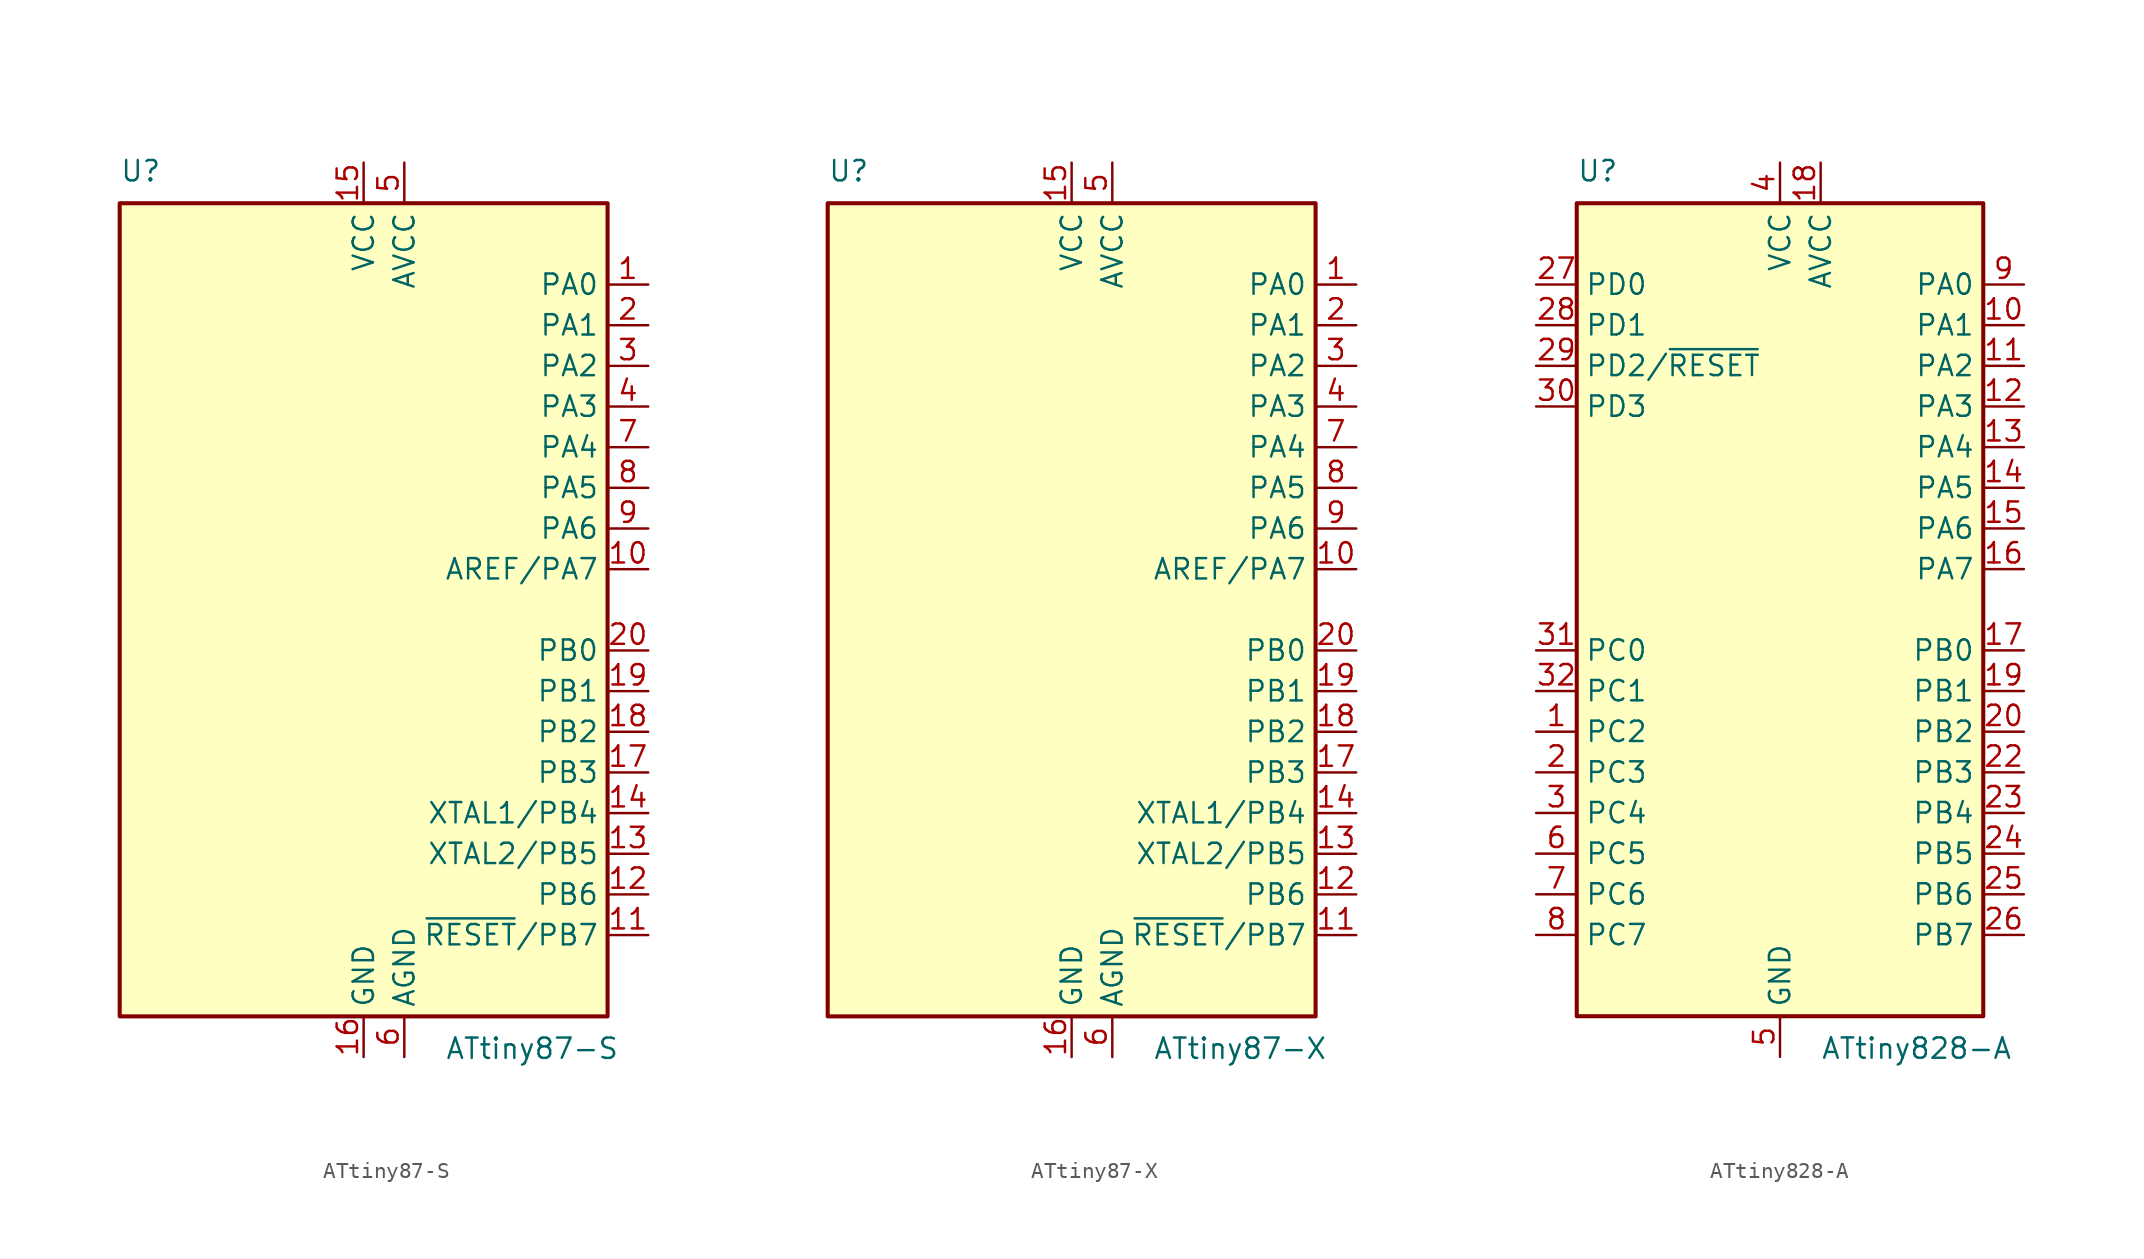
<source format=kicad_sym>
(kicad_symbol_lib
  (version 20201005)
  (generator kicad_symbol_editor)
  (symbol "ATtiny87-S"
    (property "Reference" "U"
      (at -15.24 26.67 0)
      (effects (font (size 1.27 1.27)) (justify left bottom)))
    (property "Value" "ATtiny87-S"
      (at 5.08 -26.67 0)
      (effects (font (size 1.27 1.27)) (justify left top)))
    (symbol "ATtiny87-S_0_1"
      (rectangle (start -15.24 -25.4) (end 15.24 25.4) (stroke (width 0.254)) (fill (type background))))
    (symbol "ATtiny87-S_1_1"
      (pin bidirectional line (at 17.78 20.32 180) (length 2.54) (name "PA0" (effects (font (size 1.27 1.27)))) (number "1" (effects (font (size 1.27 1.27)))))
      (pin bidirectional line (at 17.78 2.54 180) (length 2.54) (name "AREF/PA7" (effects (font (size 1.27 1.27)))) (number "10" (effects (font (size 1.27 1.27)))))
      (pin bidirectional line (at 17.78 -20.32 180) (length 2.54) (name "~RESET~/PB7" (effects (font (size 1.27 1.27)))) (number "11" (effects (font (size 1.27 1.27)))))
      (pin bidirectional line (at 17.78 -17.78 180) (length 2.54) (name "PB6" (effects (font (size 1.27 1.27)))) (number "12" (effects (font (size 1.27 1.27)))))
      (pin bidirectional line (at 17.78 -15.24 180) (length 2.54) (name "XTAL2/PB5" (effects (font (size 1.27 1.27)))) (number "13" (effects (font (size 1.27 1.27)))))
      (pin bidirectional line (at 17.78 -12.7 180) (length 2.54) (name "XTAL1/PB4" (effects (font (size 1.27 1.27)))) (number "14" (effects (font (size 1.27 1.27)))))
      (pin power_in line (at 0 27.94 270) (length 2.54) (name "VCC" (effects (font (size 1.27 1.27)))) (number "15" (effects (font (size 1.27 1.27)))))
      (pin power_in line (at 0 -27.94 90) (length 2.54) (name "GND" (effects (font (size 1.27 1.27)))) (number "16" (effects (font (size 1.27 1.27)))))
      (pin bidirectional line (at 17.78 -10.16 180) (length 2.54) (name "PB3" (effects (font (size 1.27 1.27)))) (number "17" (effects (font (size 1.27 1.27)))))
      (pin bidirectional line (at 17.78 -7.62 180) (length 2.54) (name "PB2" (effects (font (size 1.27 1.27)))) (number "18" (effects (font (size 1.27 1.27)))))
      (pin bidirectional line (at 17.78 -5.08 180) (length 2.54) (name "PB1" (effects (font (size 1.27 1.27)))) (number "19" (effects (font (size 1.27 1.27)))))
      (pin bidirectional line (at 17.78 17.78 180) (length 2.54) (name "PA1" (effects (font (size 1.27 1.27)))) (number "2" (effects (font (size 1.27 1.27)))))
      (pin bidirectional line (at 17.78 -2.54 180) (length 2.54) (name "PB0" (effects (font (size 1.27 1.27)))) (number "20" (effects (font (size 1.27 1.27)))))
      (pin bidirectional line (at 17.78 15.24 180) (length 2.54) (name "PA2" (effects (font (size 1.27 1.27)))) (number "3" (effects (font (size 1.27 1.27)))))
      (pin bidirectional line (at 17.78 12.7 180) (length 2.54) (name "PA3" (effects (font (size 1.27 1.27)))) (number "4" (effects (font (size 1.27 1.27)))))
      (pin power_in line (at 2.54 27.94 270) (length 2.54) (name "AVCC" (effects (font (size 1.27 1.27)))) (number "5" (effects (font (size 1.27 1.27)))))
      (pin power_in line (at 2.54 -27.94 90) (length 2.54) (name "AGND" (effects (font (size 1.27 1.27)))) (number "6" (effects (font (size 1.27 1.27)))))
      (pin bidirectional line (at 17.78 10.16 180) (length 2.54) (name "PA4" (effects (font (size 1.27 1.27)))) (number "7" (effects (font (size 1.27 1.27)))))
      (pin bidirectional line (at 17.78 7.62 180) (length 2.54) (name "PA5" (effects (font (size 1.27 1.27)))) (number "8" (effects (font (size 1.27 1.27)))))
      (pin bidirectional line (at 17.78 5.08 180) (length 2.54) (name "PA6" (effects (font (size 1.27 1.27)))) (number "9" (effects (font (size 1.27 1.27)))))))
  (symbol "ATtiny87-X"
    (property "Reference" "U"
      (at -15.24 26.67 0)
      (effects (font (size 1.27 1.27)) (justify left bottom)))
    (property "Value" "ATtiny87-X"
      (at 5.08 -26.67 0)
      (effects (font (size 1.27 1.27)) (justify left top)))
    (symbol "ATtiny87-X_0_1"
      (rectangle (start -15.24 -25.4) (end 15.24 25.4) (stroke (width 0.254)) (fill (type background))))
    (symbol "ATtiny87-X_1_1"
      (pin bidirectional line (at 17.78 20.32 180) (length 2.54) (name "PA0" (effects (font (size 1.27 1.27)))) (number "1" (effects (font (size 1.27 1.27)))))
      (pin bidirectional line (at 17.78 2.54 180) (length 2.54) (name "AREF/PA7" (effects (font (size 1.27 1.27)))) (number "10" (effects (font (size 1.27 1.27)))))
      (pin bidirectional line (at 17.78 -20.32 180) (length 2.54) (name "~RESET~/PB7" (effects (font (size 1.27 1.27)))) (number "11" (effects (font (size 1.27 1.27)))))
      (pin bidirectional line (at 17.78 -17.78 180) (length 2.54) (name "PB6" (effects (font (size 1.27 1.27)))) (number "12" (effects (font (size 1.27 1.27)))))
      (pin bidirectional line (at 17.78 -15.24 180) (length 2.54) (name "XTAL2/PB5" (effects (font (size 1.27 1.27)))) (number "13" (effects (font (size 1.27 1.27)))))
      (pin bidirectional line (at 17.78 -12.7 180) (length 2.54) (name "XTAL1/PB4" (effects (font (size 1.27 1.27)))) (number "14" (effects (font (size 1.27 1.27)))))
      (pin power_in line (at 0 27.94 270) (length 2.54) (name "VCC" (effects (font (size 1.27 1.27)))) (number "15" (effects (font (size 1.27 1.27)))))
      (pin power_in line (at 0 -27.94 90) (length 2.54) (name "GND" (effects (font (size 1.27 1.27)))) (number "16" (effects (font (size 1.27 1.27)))))
      (pin bidirectional line (at 17.78 -10.16 180) (length 2.54) (name "PB3" (effects (font (size 1.27 1.27)))) (number "17" (effects (font (size 1.27 1.27)))))
      (pin bidirectional line (at 17.78 -7.62 180) (length 2.54) (name "PB2" (effects (font (size 1.27 1.27)))) (number "18" (effects (font (size 1.27 1.27)))))
      (pin bidirectional line (at 17.78 -5.08 180) (length 2.54) (name "PB1" (effects (font (size 1.27 1.27)))) (number "19" (effects (font (size 1.27 1.27)))))
      (pin bidirectional line (at 17.78 17.78 180) (length 2.54) (name "PA1" (effects (font (size 1.27 1.27)))) (number "2" (effects (font (size 1.27 1.27)))))
      (pin bidirectional line (at 17.78 -2.54 180) (length 2.54) (name "PB0" (effects (font (size 1.27 1.27)))) (number "20" (effects (font (size 1.27 1.27)))))
      (pin bidirectional line (at 17.78 15.24 180) (length 2.54) (name "PA2" (effects (font (size 1.27 1.27)))) (number "3" (effects (font (size 1.27 1.27)))))
      (pin bidirectional line (at 17.78 12.7 180) (length 2.54) (name "PA3" (effects (font (size 1.27 1.27)))) (number "4" (effects (font (size 1.27 1.27)))))
      (pin power_in line (at 2.54 27.94 270) (length 2.54) (name "AVCC" (effects (font (size 1.27 1.27)))) (number "5" (effects (font (size 1.27 1.27)))))
      (pin power_in line (at 2.54 -27.94 90) (length 2.54) (name "AGND" (effects (font (size 1.27 1.27)))) (number "6" (effects (font (size 1.27 1.27)))))
      (pin bidirectional line (at 17.78 10.16 180) (length 2.54) (name "PA4" (effects (font (size 1.27 1.27)))) (number "7" (effects (font (size 1.27 1.27)))))
      (pin bidirectional line (at 17.78 7.62 180) (length 2.54) (name "PA5" (effects (font (size 1.27 1.27)))) (number "8" (effects (font (size 1.27 1.27)))))
      (pin bidirectional line (at 17.78 5.08 180) (length 2.54) (name "PA6" (effects (font (size 1.27 1.27)))) (number "9" (effects (font (size 1.27 1.27)))))))
  (symbol "ATtiny828-A"
    (property "Reference" "U"
      (at -12.7 26.67 0)
      (effects (font (size 1.27 1.27)) (justify left bottom)))
    (property "Value" "ATtiny828-A"
      (at 2.54 -26.67 0)
      (effects (font (size 1.27 1.27)) (justify left top)))
    (symbol "ATtiny828-A_0_1"
      (rectangle (start -12.7 -25.4) (end 12.7 25.4) (stroke (width 0.254)) (fill (type background))))
    (symbol "ATtiny828-A_1_1"
      (pin bidirectional line (at -15.24 -7.62 0) (length 2.54) (name "PC2" (effects (font (size 1.27 1.27)))) (number "1" (effects (font (size 1.27 1.27)))))
      (pin bidirectional line (at 15.24 17.78 180) (length 2.54) (name "PA1" (effects (font (size 1.27 1.27)))) (number "10" (effects (font (size 1.27 1.27)))))
      (pin bidirectional line (at 15.24 15.24 180) (length 2.54) (name "PA2" (effects (font (size 1.27 1.27)))) (number "11" (effects (font (size 1.27 1.27)))))
      (pin bidirectional line (at 15.24 12.7 180) (length 2.54) (name "PA3" (effects (font (size 1.27 1.27)))) (number "12" (effects (font (size 1.27 1.27)))))
      (pin bidirectional line (at 15.24 10.16 180) (length 2.54) (name "PA4" (effects (font (size 1.27 1.27)))) (number "13" (effects (font (size 1.27 1.27)))))
      (pin bidirectional line (at 15.24 7.62 180) (length 2.54) (name "PA5" (effects (font (size 1.27 1.27)))) (number "14" (effects (font (size 1.27 1.27)))))
      (pin bidirectional line (at 15.24 5.08 180) (length 2.54) (name "PA6" (effects (font (size 1.27 1.27)))) (number "15" (effects (font (size 1.27 1.27)))))
      (pin bidirectional line (at 15.24 2.54 180) (length 2.54) (name "PA7" (effects (font (size 1.27 1.27)))) (number "16" (effects (font (size 1.27 1.27)))))
      (pin bidirectional line (at 15.24 -2.54 180) (length 2.54) (name "PB0" (effects (font (size 1.27 1.27)))) (number "17" (effects (font (size 1.27 1.27)))))
      (pin power_in line (at 2.54 27.94 270) (length 2.54) (name "AVCC" (effects (font (size 1.27 1.27)))) (number "18" (effects (font (size 1.27 1.27)))))
      (pin bidirectional line (at 15.24 -5.08 180) (length 2.54) (name "PB1" (effects (font (size 1.27 1.27)))) (number "19" (effects (font (size 1.27 1.27)))))
      (pin bidirectional line (at -15.24 -10.16 0) (length 2.54) (name "PC3" (effects (font (size 1.27 1.27)))) (number "2" (effects (font (size 1.27 1.27)))))
      (pin bidirectional line (at 15.24 -7.62 180) (length 2.54) (name "PB2" (effects (font (size 1.27 1.27)))) (number "20" (effects (font (size 1.27 1.27)))))
      (pin passive line (at 0 -27.94 90) (length 2.54) hide (name "GND" (effects (font (size 1.27 1.27)))) (number "21" (effects (font (size 1.27 1.27)))))
      (pin bidirectional line (at 15.24 -10.16 180) (length 2.54) (name "PB3" (effects (font (size 1.27 1.27)))) (number "22" (effects (font (size 1.27 1.27)))))
      (pin bidirectional line (at 15.24 -12.7 180) (length 2.54) (name "PB4" (effects (font (size 1.27 1.27)))) (number "23" (effects (font (size 1.27 1.27)))))
      (pin bidirectional line (at 15.24 -15.24 180) (length 2.54) (name "PB5" (effects (font (size 1.27 1.27)))) (number "24" (effects (font (size 1.27 1.27)))))
      (pin bidirectional line (at 15.24 -17.78 180) (length 2.54) (name "PB6" (effects (font (size 1.27 1.27)))) (number "25" (effects (font (size 1.27 1.27)))))
      (pin bidirectional line (at 15.24 -20.32 180) (length 2.54) (name "PB7" (effects (font (size 1.27 1.27)))) (number "26" (effects (font (size 1.27 1.27)))))
      (pin bidirectional line (at -15.24 20.32 0) (length 2.54) (name "PD0" (effects (font (size 1.27 1.27)))) (number "27" (effects (font (size 1.27 1.27)))))
      (pin bidirectional line (at -15.24 17.78 0) (length 2.54) (name "PD1" (effects (font (size 1.27 1.27)))) (number "28" (effects (font (size 1.27 1.27)))))
      (pin bidirectional line (at -15.24 15.24 0) (length 2.54) (name "PD2/~RESET" (effects (font (size 1.27 1.27)))) (number "29" (effects (font (size 1.27 1.27)))))
      (pin bidirectional line (at -15.24 -12.7 0) (length 2.54) (name "PC4" (effects (font (size 1.27 1.27)))) (number "3" (effects (font (size 1.27 1.27)))))
      (pin bidirectional line (at -15.24 12.7 0) (length 2.54) (name "PD3" (effects (font (size 1.27 1.27)))) (number "30" (effects (font (size 1.27 1.27)))))
      (pin bidirectional line (at -15.24 -2.54 0) (length 2.54) (name "PC0" (effects (font (size 1.27 1.27)))) (number "31" (effects (font (size 1.27 1.27)))))
      (pin bidirectional line (at -15.24 -5.08 0) (length 2.54) (name "PC1" (effects (font (size 1.27 1.27)))) (number "32" (effects (font (size 1.27 1.27)))))
      (pin power_in line (at 0 27.94 270) (length 2.54) (name "VCC" (effects (font (size 1.27 1.27)))) (number "4" (effects (font (size 1.27 1.27)))))
      (pin power_in line (at 0 -27.94 90) (length 2.54) (name "GND" (effects (font (size 1.27 1.27)))) (number "5" (effects (font (size 1.27 1.27)))))
      (pin bidirectional line (at -15.24 -15.24 0) (length 2.54) (name "PC5" (effects (font (size 1.27 1.27)))) (number "6" (effects (font (size 1.27 1.27)))))
      (pin bidirectional line (at -15.24 -17.78 0) (length 2.54) (name "PC6" (effects (font (size 1.27 1.27)))) (number "7" (effects (font (size 1.27 1.27)))))
      (pin bidirectional line (at -15.24 -20.32 0) (length 2.54) (name "PC7" (effects (font (size 1.27 1.27)))) (number "8" (effects (font (size 1.27 1.27)))))
      (pin bidirectional line (at 15.24 20.32 180) (length 2.54) (name "PA0" (effects (font (size 1.27 1.27)))) (number "9" (effects (font (size 1.27 1.27))))))))
</source>
